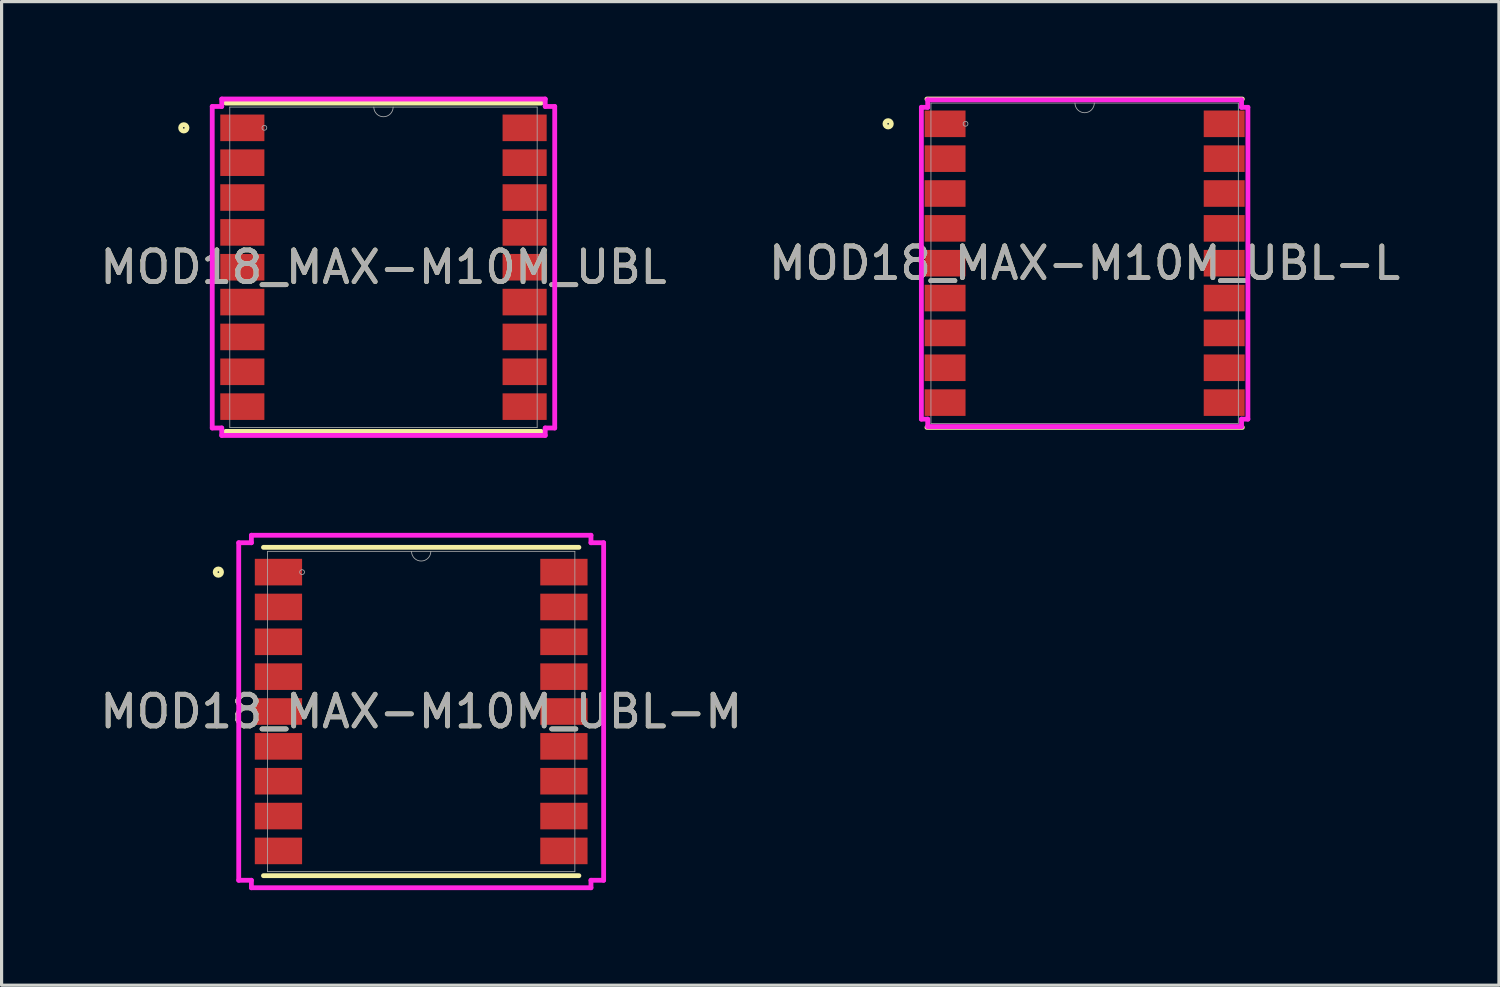
<source format=kicad_pcb>
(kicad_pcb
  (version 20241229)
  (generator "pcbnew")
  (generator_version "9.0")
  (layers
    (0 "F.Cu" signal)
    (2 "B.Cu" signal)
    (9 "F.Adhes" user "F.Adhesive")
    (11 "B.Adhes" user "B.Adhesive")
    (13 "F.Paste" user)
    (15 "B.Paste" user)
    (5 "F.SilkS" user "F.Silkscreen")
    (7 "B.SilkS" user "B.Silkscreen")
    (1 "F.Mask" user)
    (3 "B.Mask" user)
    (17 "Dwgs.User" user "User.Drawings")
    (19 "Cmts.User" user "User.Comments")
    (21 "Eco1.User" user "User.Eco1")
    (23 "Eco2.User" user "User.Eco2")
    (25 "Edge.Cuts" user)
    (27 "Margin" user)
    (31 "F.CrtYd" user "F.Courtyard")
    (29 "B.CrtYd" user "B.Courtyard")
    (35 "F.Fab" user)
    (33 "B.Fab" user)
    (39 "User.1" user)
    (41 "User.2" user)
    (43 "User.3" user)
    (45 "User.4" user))
  (footprint "MOD18_MAX-M10M_UBL-M"
    (layer "F.Cu")
    (at 10.244 19.408)
    (property "Reference" "MOD18_MAX-M10M_UBL-M" (at 0 0 0) (unlocked yes) (layer "F.SilkS") (effects (font (size 1 1) (thickness 0.15))))
    (attr smd)
    (fp_line (start -4.978 5.182) (end 4.978 5.182) (stroke (width 0.152) (type solid)) (layer "F.SilkS"))
    (fp_line (start 4.978 -5.182) (end -4.978 -5.182) (stroke (width 0.152) (type solid)) (layer "F.SilkS"))
    (fp_circle (center -6.402 -4.4) (end -6.301 -4.4) (stroke (width 0.152) (type solid)) (fill no) (layer "F.SilkS"))
    (fp_line (start -5.759 -5.327) (end -5.359 -5.327) (stroke (width 0.152) (type solid)) (layer "F.CrtYd"))
    (fp_line (start -5.759 5.327) (end -5.759 -5.327) (stroke (width 0.152) (type solid)) (layer "F.CrtYd"))
    (fp_line (start -5.759 5.327) (end -5.359 5.327) (stroke (width 0.152) (type solid)) (layer "F.CrtYd"))
    (fp_line (start -5.359 -5.563) (end 5.359 -5.563) (stroke (width 0.152) (type solid)) (layer "F.CrtYd"))
    (fp_line (start -5.359 -5.327) (end -5.359 -5.563) (stroke (width 0.152) (type solid)) (layer "F.CrtYd"))
    (fp_line (start -5.359 5.563) (end -5.359 5.327) (stroke (width 0.152) (type solid)) (layer "F.CrtYd"))
    (fp_line (start 5.359 -5.563) (end 5.359 -5.327) (stroke (width 0.152) (type solid)) (layer "F.CrtYd"))
    (fp_line (start 5.359 5.327) (end 5.359 5.563) (stroke (width 0.152) (type solid)) (layer "F.CrtYd"))
    (fp_line (start 5.359 5.563) (end -5.359 5.563) (stroke (width 0.152) (type solid)) (layer "F.CrtYd"))
    (fp_line (start 5.759 -5.327) (end 5.359 -5.327) (stroke (width 0.152) (type solid)) (layer "F.CrtYd"))
    (fp_line (start 5.759 -5.327) (end 5.759 5.327) (stroke (width 0.152) (type solid)) (layer "F.CrtYd"))
    (fp_line (start 5.759 5.327) (end 5.359 5.327) (stroke (width 0.152) (type solid)) (layer "F.CrtYd"))
    (fp_line (start -4.851 -5.055) (end -4.851 5.055) (stroke (width 0.025) (type solid)) (layer "F.Fab"))
    (fp_line (start -4.851 5.055) (end 4.851 5.055) (stroke (width 0.025) (type solid)) (layer "F.Fab"))
    (fp_line (start 4.851 -5.055) (end -4.851 -5.055) (stroke (width 0.025) (type solid)) (layer "F.Fab"))
    (fp_line (start 4.851 5.055) (end 4.851 -5.055) (stroke (width 0.025) (type solid)) (layer "F.Fab"))
    (fp_arc (start 0.3048 -5.0546) (mid 0 -4.7498) (end -0.3048 -5.0546) (stroke (width 0.0254) (type solid)) (layer "F.Fab"))
    (fp_circle (center -3.759 -4.4) (end -3.683 -4.4) (stroke (width 0.025) (type solid)) (fill no) (layer "F.Fab"))
    (fp_text user "${REFERENCE}" (at 0 0 0) (unlocked yes) (layer "F.Fab") (effects (font (size 1 1) (thickness 0.15))))
    (pad "1" smd rect (at -4.505 -4.4) (size 1.492 0.839) (layers "F.Cu" "F.Mask" "F.Paste"))
    (pad "2" smd rect (at -4.505 -3.3) (size 1.492 0.839) (layers "F.Cu" "F.Mask" "F.Paste"))
    (pad "3" smd rect (at -4.505 -2.2) (size 1.492 0.839) (layers "F.Cu" "F.Mask" "F.Paste"))
    (pad "4" smd rect (at -4.505 -1.1) (size 1.492 0.839) (layers "F.Cu" "F.Mask" "F.Paste"))
    (pad "5" smd rect (at -4.505 0) (size 1.492 0.839) (layers "F.Cu" "F.Mask" "F.Paste"))
    (pad "6" smd rect (at -4.505 1.1) (size 1.492 0.839) (layers "F.Cu" "F.Mask" "F.Paste"))
    (pad "7" smd rect (at -4.505 2.2) (size 1.492 0.839) (layers "F.Cu" "F.Mask" "F.Paste"))
    (pad "8" smd rect (at -4.505 3.3) (size 1.492 0.839) (layers "F.Cu" "F.Mask" "F.Paste"))
    (pad "9" smd rect (at -4.505 4.4) (size 1.492 0.839) (layers "F.Cu" "F.Mask" "F.Paste"))
    (pad "10" smd rect (at 4.505 4.4) (size 1.492 0.839) (layers "F.Cu" "F.Mask" "F.Paste"))
    (pad "11" smd rect (at 4.505 3.3) (size 1.492 0.839) (layers "F.Cu" "F.Mask" "F.Paste"))
    (pad "12" smd rect (at 4.505 2.2) (size 1.492 0.839) (layers "F.Cu" "F.Mask" "F.Paste"))
    (pad "13" smd rect (at 4.505 1.1) (size 1.492 0.839) (layers "F.Cu" "F.Mask" "F.Paste"))
    (pad "14" smd rect (at 4.505 0) (size 1.492 0.839) (layers "F.Cu" "F.Mask" "F.Paste"))
    (pad "15" smd rect (at 4.505 -1.1) (size 1.492 0.839) (layers "F.Cu" "F.Mask" "F.Paste"))
    (pad "16" smd rect (at 4.505 -2.2) (size 1.492 0.839) (layers "F.Cu" "F.Mask" "F.Paste"))
    (pad "17" smd rect (at 4.505 -3.3) (size 1.492 0.839) (layers "F.Cu" "F.Mask" "F.Paste"))
    (pad "18" smd rect (at 4.505 -4.4) (size 1.492 0.839) (layers "F.Cu" "F.Mask" "F.Paste")))
  (footprint "MOD18_MAX-M10M_UBL-L"
    (layer "F.Cu")
    (at 31.185 5.258)
    (property "Reference" "MOD18_MAX-M10M_UBL-L" (at 0 0 0) (unlocked yes) (layer "F.SilkS") (effects (font (size 1 1) (thickness 0.15))))
    (attr smd)
    (fp_line (start -4.978 5.182) (end 4.978 5.182) (stroke (width 0.152) (type solid)) (layer "F.SilkS"))
    (fp_line (start 4.978 -5.182) (end -4.978 -5.182) (stroke (width 0.152) (type solid)) (layer "F.SilkS"))
    (fp_circle (center -6.202 -4.4) (end -6.101 -4.4) (stroke (width 0.152) (type solid)) (fill no) (layer "F.SilkS"))
    (fp_line (start -5.153 -4.921) (end -4.953 -4.921) (stroke (width 0.152) (type solid)) (layer "F.CrtYd"))
    (fp_line (start -5.153 4.921) (end -5.153 -4.921) (stroke (width 0.152) (type solid)) (layer "F.CrtYd"))
    (fp_line (start -5.153 4.921) (end -4.953 4.921) (stroke (width 0.152) (type solid)) (layer "F.CrtYd"))
    (fp_line (start -4.953 -5.156) (end 4.953 -5.156) (stroke (width 0.152) (type solid)) (layer "F.CrtYd"))
    (fp_line (start -4.953 -4.921) (end -4.953 -5.156) (stroke (width 0.152) (type solid)) (layer "F.CrtYd"))
    (fp_line (start -4.953 5.156) (end -4.953 4.921) (stroke (width 0.152) (type solid)) (layer "F.CrtYd"))
    (fp_line (start 4.953 -5.156) (end 4.953 -4.921) (stroke (width 0.152) (type solid)) (layer "F.CrtYd"))
    (fp_line (start 4.953 4.921) (end 4.953 5.156) (stroke (width 0.152) (type solid)) (layer "F.CrtYd"))
    (fp_line (start 4.953 5.156) (end -4.953 5.156) (stroke (width 0.152) (type solid)) (layer "F.CrtYd"))
    (fp_line (start 5.153 -4.921) (end 4.953 -4.921) (stroke (width 0.152) (type solid)) (layer "F.CrtYd"))
    (fp_line (start 5.153 -4.921) (end 5.153 4.921) (stroke (width 0.152) (type solid)) (layer "F.CrtYd"))
    (fp_line (start 5.153 4.921) (end 4.953 4.921) (stroke (width 0.152) (type solid)) (layer "F.CrtYd"))
    (fp_line (start -4.851 -5.055) (end -4.851 5.055) (stroke (width 0.025) (type solid)) (layer "F.Fab"))
    (fp_line (start -4.851 5.055) (end 4.851 5.055) (stroke (width 0.025) (type solid)) (layer "F.Fab"))
    (fp_line (start 4.851 -5.055) (end -4.851 -5.055) (stroke (width 0.025) (type solid)) (layer "F.Fab"))
    (fp_line (start 4.851 5.055) (end 4.851 -5.055) (stroke (width 0.025) (type solid)) (layer "F.Fab"))
    (fp_arc (start 0.3048 -5.0546) (mid 0 -4.7498) (end -0.3048 -5.0546) (stroke (width 0.0254) (type solid)) (layer "F.Fab"))
    (fp_circle (center -3.759 -4.4) (end -3.683 -4.4) (stroke (width 0.025) (type solid)) (fill no) (layer "F.Fab"))
    (fp_text user "${REFERENCE}" (at 0 0 0) (unlocked yes) (layer "F.Fab") (effects (font (size 1 1) (thickness 0.15))))
    (pad "1" smd rect (at -4.405 -4.4) (size 1.292 0.839) (layers "F.Cu" "F.Mask" "F.Paste"))
    (pad "2" smd rect (at -4.405 -3.3) (size 1.292 0.839) (layers "F.Cu" "F.Mask" "F.Paste"))
    (pad "3" smd rect (at -4.405 -2.2) (size 1.292 0.839) (layers "F.Cu" "F.Mask" "F.Paste"))
    (pad "4" smd rect (at -4.405 -1.1) (size 1.292 0.839) (layers "F.Cu" "F.Mask" "F.Paste"))
    (pad "5" smd rect (at -4.405 0) (size 1.292 0.839) (layers "F.Cu" "F.Mask" "F.Paste"))
    (pad "6" smd rect (at -4.405 1.1) (size 1.292 0.839) (layers "F.Cu" "F.Mask" "F.Paste"))
    (pad "7" smd rect (at -4.405 2.2) (size 1.292 0.839) (layers "F.Cu" "F.Mask" "F.Paste"))
    (pad "8" smd rect (at -4.405 3.3) (size 1.292 0.839) (layers "F.Cu" "F.Mask" "F.Paste"))
    (pad "9" smd rect (at -4.405 4.4) (size 1.292 0.839) (layers "F.Cu" "F.Mask" "F.Paste"))
    (pad "10" smd rect (at 4.405 4.4) (size 1.292 0.839) (layers "F.Cu" "F.Mask" "F.Paste"))
    (pad "11" smd rect (at 4.405 3.3) (size 1.292 0.839) (layers "F.Cu" "F.Mask" "F.Paste"))
    (pad "12" smd rect (at 4.405 2.2) (size 1.292 0.839) (layers "F.Cu" "F.Mask" "F.Paste"))
    (pad "13" smd rect (at 4.405 1.1) (size 1.292 0.839) (layers "F.Cu" "F.Mask" "F.Paste"))
    (pad "14" smd rect (at 4.405 0) (size 1.292 0.839) (layers "F.Cu" "F.Mask" "F.Paste"))
    (pad "15" smd rect (at 4.405 -1.1) (size 1.292 0.839) (layers "F.Cu" "F.Mask" "F.Paste"))
    (pad "16" smd rect (at 4.405 -2.2) (size 1.292 0.839) (layers "F.Cu" "F.Mask" "F.Paste"))
    (pad "17" smd rect (at 4.405 -3.3) (size 1.292 0.839) (layers "F.Cu" "F.Mask" "F.Paste"))
    (pad "18" smd rect (at 4.405 -4.4) (size 1.292 0.839) (layers "F.Cu" "F.Mask" "F.Paste")))
  (footprint "MOD18_MAX-M10M_UBL"
    (layer "F.Cu")
    (at 9.054 5.385)
    (property "Reference" "MOD18_MAX-M10M_UBL" (at 0 0 0) (unlocked yes) (layer "F.SilkS") (effects (font (size 1 1) (thickness 0.15))))
    (attr smd)
    (fp_line (start -4.978 5.182) (end 4.978 5.182) (stroke (width 0.152) (type solid)) (layer "F.SilkS"))
    (fp_line (start 4.978 -5.182) (end -4.978 -5.182) (stroke (width 0.152) (type solid)) (layer "F.SilkS"))
    (fp_circle (center -6.302 -4.4) (end -6.201 -4.4) (stroke (width 0.152) (type solid)) (fill no) (layer "F.SilkS"))
    (fp_line (start -5.405 -5.074) (end -5.105 -5.074) (stroke (width 0.152) (type solid)) (layer "F.CrtYd"))
    (fp_line (start -5.405 5.074) (end -5.405 -5.074) (stroke (width 0.152) (type solid)) (layer "F.CrtYd"))
    (fp_line (start -5.405 5.074) (end -5.105 5.074) (stroke (width 0.152) (type solid)) (layer "F.CrtYd"))
    (fp_line (start -5.105 -5.309) (end 5.105 -5.309) (stroke (width 0.152) (type solid)) (layer "F.CrtYd"))
    (fp_line (start -5.105 -5.074) (end -5.105 -5.309) (stroke (width 0.152) (type solid)) (layer "F.CrtYd"))
    (fp_line (start -5.105 5.309) (end -5.105 5.074) (stroke (width 0.152) (type solid)) (layer "F.CrtYd"))
    (fp_line (start 5.105 -5.309) (end 5.105 -5.074) (stroke (width 0.152) (type solid)) (layer "F.CrtYd"))
    (fp_line (start 5.105 5.074) (end 5.105 5.309) (stroke (width 0.152) (type solid)) (layer "F.CrtYd"))
    (fp_line (start 5.105 5.309) (end -5.105 5.309) (stroke (width 0.152) (type solid)) (layer "F.CrtYd"))
    (fp_line (start 5.405 -5.074) (end 5.105 -5.074) (stroke (width 0.152) (type solid)) (layer "F.CrtYd"))
    (fp_line (start 5.405 -5.074) (end 5.405 5.074) (stroke (width 0.152) (type solid)) (layer "F.CrtYd"))
    (fp_line (start 5.405 5.074) (end 5.105 5.074) (stroke (width 0.152) (type solid)) (layer "F.CrtYd"))
    (fp_line (start -4.851 -5.055) (end -4.851 5.055) (stroke (width 0.025) (type solid)) (layer "F.Fab"))
    (fp_line (start -4.851 5.055) (end 4.851 5.055) (stroke (width 0.025) (type solid)) (layer "F.Fab"))
    (fp_line (start 4.851 -5.055) (end -4.851 -5.055) (stroke (width 0.025) (type solid)) (layer "F.Fab"))
    (fp_line (start 4.851 5.055) (end 4.851 -5.055) (stroke (width 0.025) (type solid)) (layer "F.Fab"))
    (fp_arc (start 0.3048 -5.0546) (mid 0 -4.7498) (end -0.3048 -5.0546) (stroke (width 0.0254) (type solid)) (layer "F.Fab"))
    (fp_circle (center -3.759 -4.4) (end -3.683 -4.4) (stroke (width 0.025) (type solid)) (fill no) (layer "F.Fab"))
    (fp_text user "${REFERENCE}" (at 0 0 0) (unlocked yes) (layer "F.Fab") (effects (font (size 1 1) (thickness 0.15))))
    (pad "1" smd rect (at -4.455 -4.4) (size 1.392 0.839) (layers "F.Cu" "F.Mask" "F.Paste"))
    (pad "2" smd rect (at -4.455 -3.3) (size 1.392 0.839) (layers "F.Cu" "F.Mask" "F.Paste"))
    (pad "3" smd rect (at -4.455 -2.2) (size 1.392 0.839) (layers "F.Cu" "F.Mask" "F.Paste"))
    (pad "4" smd rect (at -4.455 -1.1) (size 1.392 0.839) (layers "F.Cu" "F.Mask" "F.Paste"))
    (pad "5" smd rect (at -4.455 0) (size 1.392 0.839) (layers "F.Cu" "F.Mask" "F.Paste"))
    (pad "6" smd rect (at -4.455 1.1) (size 1.392 0.839) (layers "F.Cu" "F.Mask" "F.Paste"))
    (pad "7" smd rect (at -4.455 2.2) (size 1.392 0.839) (layers "F.Cu" "F.Mask" "F.Paste"))
    (pad "8" smd rect (at -4.455 3.3) (size 1.392 0.839) (layers "F.Cu" "F.Mask" "F.Paste"))
    (pad "9" smd rect (at -4.455 4.4) (size 1.392 0.839) (layers "F.Cu" "F.Mask" "F.Paste"))
    (pad "10" smd rect (at 4.455 4.4) (size 1.392 0.839) (layers "F.Cu" "F.Mask" "F.Paste"))
    (pad "11" smd rect (at 4.455 3.3) (size 1.392 0.839) (layers "F.Cu" "F.Mask" "F.Paste"))
    (pad "12" smd rect (at 4.455 2.2) (size 1.392 0.839) (layers "F.Cu" "F.Mask" "F.Paste"))
    (pad "13" smd rect (at 4.455 1.1) (size 1.392 0.839) (layers "F.Cu" "F.Mask" "F.Paste"))
    (pad "14" smd rect (at 4.455 0) (size 1.392 0.839) (layers "F.Cu" "F.Mask" "F.Paste"))
    (pad "15" smd rect (at 4.455 -1.1) (size 1.392 0.839) (layers "F.Cu" "F.Mask" "F.Paste"))
    (pad "16" smd rect (at 4.455 -2.2) (size 1.392 0.839) (layers "F.Cu" "F.Mask" "F.Paste"))
    (pad "17" smd rect (at 4.455 -3.3) (size 1.392 0.839) (layers "F.Cu" "F.Mask" "F.Paste"))
    (pad "18" smd rect (at 4.455 -4.4) (size 1.392 0.839) (layers "F.Cu" "F.Mask" "F.Paste")))
  (gr_rect
    (start -3 -3)
    (end 44.262 28.047)
    (stroke (width 0.1) (type default))
    (fill no)
    (layer "Edge.Cuts")))
</source>
